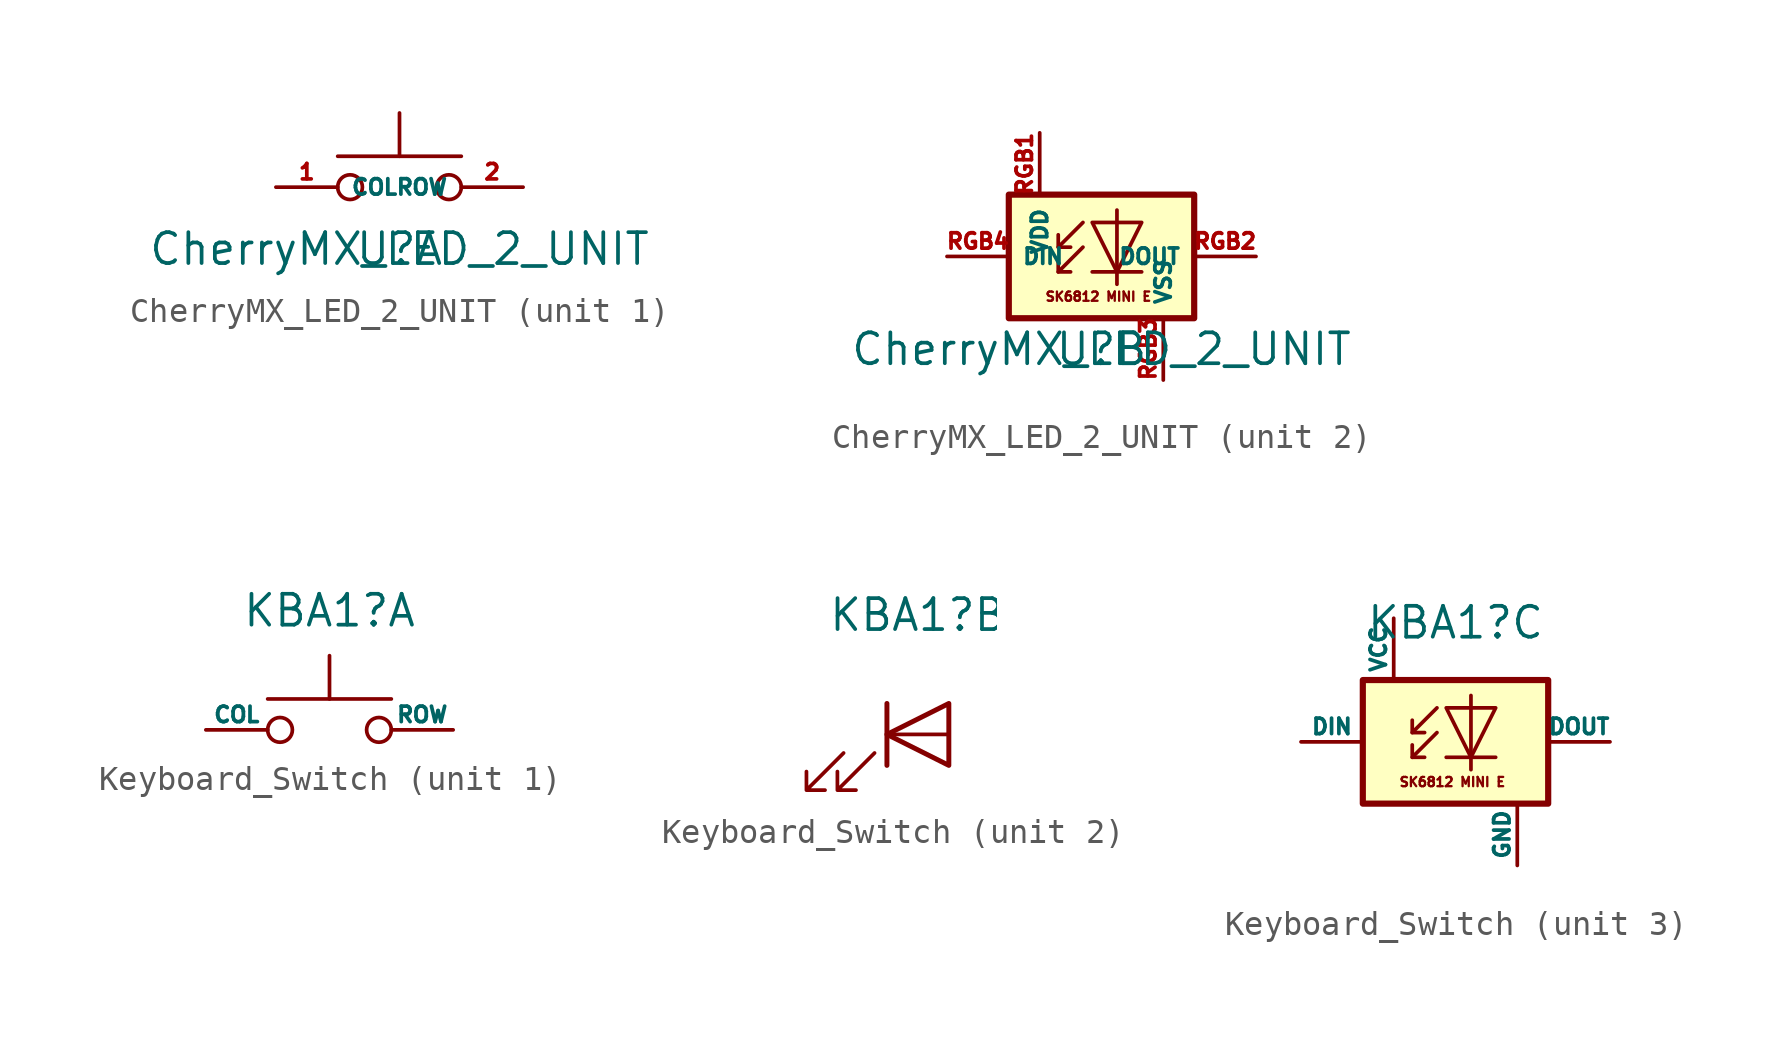
<source format=kicad_sym>
(kicad_symbol_lib
  (version 20211014)
  (generator kicad_symbol_editor)
  (symbol "CherryMX_LED_2_UNIT"
    (property "Reference" "U"
      (at 0 0 0)
      (effects (font (size 1.27 1.27))))
    (property "Value" "CherryMX_LED_2_UNIT"
      (at 0 0 0)
      (effects (font (size 1.27 1.27))))
    (symbol "CherryMX_LED_2_UNIT_1_1"
      (circle (center -2.032 2.54) (radius 0.508) (stroke (width 0) (type default) (color 0 0 0 0)) (fill (type none)))
      (polyline (pts (xy 0 3.81) (xy 0 5.588)) (stroke (width 0) (type default) (color 0 0 0 0)) (fill (type none)))
      (polyline (pts (xy 2.54 3.81) (xy -2.54 3.81)) (stroke (width 0) (type default) (color 0 0 0 0)) (fill (type none)))
      (circle (center 2.032 2.54) (radius 0.508) (stroke (width 0) (type default) (color 0 0 0 0)) (fill (type none)))
      (pin passive line (at -5.08 2.54 0) (length 2.54) (name "COL" (effects (font (size 0.635 0.635)))) (number "1" (effects (font (size 0.635 0.635)))))
      (pin passive line (at 5.08 2.54 180) (length 2.54) (name "ROW" (effects (font (size 0.635 0.635)))) (number "2" (effects (font (size 0.635 0.635))))))
    (symbol "CherryMX_LED_2_UNIT_2_1"
      (polyline (pts (xy -1.778 3.175) (xy -1.27 3.175)) (stroke (width 0) (type default) (color 0 0 0 0)) (fill (type none)))
      (polyline (pts (xy -1.778 4.191) (xy -1.27 4.191)) (stroke (width 0) (type default) (color 0 0 0 0)) (fill (type none)))
      (polyline (pts (xy 1.651 3.175) (xy -0.381 3.175)) (stroke (width 0) (type default) (color 0 0 0 0)) (fill (type none)))
      (polyline (pts (xy -0.762 4.191) (xy -1.778 3.175) (xy -1.778 3.683)) (stroke (width 0) (type default) (color 0 0 0 0)) (fill (type none)))
      (polyline (pts (xy -0.762 5.207) (xy -1.778 4.191) (xy -1.778 4.699)) (stroke (width 0) (type default) (color 0 0 0 0)) (fill (type none)))
      (polyline (pts (xy 0.635 5.715) (xy 0.635 3.175) (xy 0.635 2.667)) (stroke (width 0) (type default) (color 0 0 0 0)) (fill (type none)))
      (polyline (pts (xy 1.651 5.207) (xy -0.381 5.207) (xy 0.635 3.175) (xy 1.651 5.207)) (stroke (width 0) (type default) (color 0 0 0 0)) (fill (type none)))
      (rectangle (start 3.81 6.35) (end -3.81 1.27) (stroke (width 0.254) (type default) (color 0 0 0 0)) (fill (type background)))
      (text "SK6812 MINI E" (at -0.127 2.159 0) (effects (font (size 0.381 0.381))))
      (pin power_in line (at -2.54 8.89 270) (length 2.54) (name "VDD" (effects (font (size 0.635 0.635)))) (number "RGB1" (effects (font (size 0.635 0.635)))))
      (pin output line (at 6.35 3.81 180) (length 2.54) (name "DOUT" (effects (font (size 0.635 0.635)))) (number "RGB2" (effects (font (size 0.635 0.635)))))
      (pin power_in line (at 2.54 -1.27 90) (length 2.54) (name "VSS" (effects (font (size 0.635 0.635)))) (number "RGB3" (effects (font (size 0.635 0.635)))))
      (pin input line (at -6.35 3.81 0) (length 2.54) (name "DIN" (effects (font (size 0.635 0.635)))) (number "RGB4" (effects (font (size 0.635 0.635)))))))
  (symbol "Keyboard_Switch"
    (pin_numbers hide)
    (pin_names
      (offset 0))
    (property "Reference" "KBA1"
      (at 0 4.902 0)
      (effects (font (size 1.27 1.27))))
    (symbol "Keyboard_Switch_1_1"
      (circle (center -2.032 0) (radius 0.508) (stroke (width 0) (type default) (color 0 0 0 0)) (fill (type none)))
      (polyline (pts (xy 0 1.27) (xy 0 3.048)) (stroke (width 0) (type default) (color 0 0 0 0)) (fill (type none)))
      (polyline (pts (xy 2.54 1.27) (xy -2.54 1.27)) (stroke (width 0) (type default) (color 0 0 0 0)) (fill (type none)))
      (circle (center 2.032 0) (radius 0.508) (stroke (width 0) (type default) (color 0 0 0 0)) (fill (type none)))
      (pin passive line (at -5.08 0 0) (length 2.54) (name "COL" (effects (font (size 0.635 0.635)))) (number "1" (effects (font (size 0.635 0.635)))))
      (pin passive line (at 5.08 0 180) (length 2.54) (name "ROW" (effects (font (size 0.635 0.635)))) (number "2" (effects (font (size 0.635 0.635))))))
    (symbol "Keyboard_Switch_2_1"
      (polyline (pts (xy -1.27 -1.27) (xy -1.27 1.27)) (stroke (width 0.203) (type default) (color 0 0 0 0)) (fill (type none)))
      (polyline (pts (xy -1.27 0) (xy 1.27 0)) (stroke (width 0) (type default) (color 0 0 0 0)) (fill (type none)))
      (polyline (pts (xy 1.27 -1.27) (xy 1.27 1.27) (xy -1.27 0) (xy 1.27 -1.27)) (stroke (width 0.203) (type default) (color 0 0 0 0)) (fill (type none)))
      (polyline (pts (xy -3.048 -0.762) (xy -4.572 -2.286) (xy -3.81 -2.286) (xy -4.572 -2.286) (xy -4.572 -1.524)) (stroke (width 0) (type default) (color 0 0 0 0)) (fill (type none)))
      (polyline (pts (xy -1.778 -0.762) (xy -3.302 -2.286) (xy -2.54 -2.286) (xy -3.302 -2.286) (xy -3.302 -1.524)) (stroke (width 0) (type default) (color 0 0 0 0)) (fill (type none))))
    (symbol "Keyboard_Switch_3_1"
      (polyline (pts (xy -1.778 -0.635) (xy -1.27 -0.635)) (stroke (width 0) (type default) (color 0 0 0 0)) (fill (type none)))
      (polyline (pts (xy -1.778 0.381) (xy -1.27 0.381)) (stroke (width 0) (type default) (color 0 0 0 0)) (fill (type none)))
      (polyline (pts (xy 1.651 -0.635) (xy -0.381 -0.635)) (stroke (width 0) (type default) (color 0 0 0 0)) (fill (type none)))
      (polyline (pts (xy -0.762 0.381) (xy -1.778 -0.635) (xy -1.778 -0.127)) (stroke (width 0) (type default) (color 0 0 0 0)) (fill (type none)))
      (polyline (pts (xy -0.762 1.397) (xy -1.778 0.381) (xy -1.778 0.889)) (stroke (width 0) (type default) (color 0 0 0 0)) (fill (type none)))
      (polyline (pts (xy 0.635 1.905) (xy 0.635 -0.635) (xy 0.635 -1.143)) (stroke (width 0) (type default) (color 0 0 0 0)) (fill (type none)))
      (polyline (pts (xy 1.651 1.397) (xy -0.381 1.397) (xy 0.635 -0.635) (xy 1.651 1.397)) (stroke (width 0) (type default) (color 0 0 0 0)) (fill (type none)))
      (rectangle (start 3.81 2.54) (end -3.81 -2.54) (stroke (width 0.254) (type default) (color 0 0 0 0)) (fill (type background)))
      (text "SK6812 MINI E" (at -0.127 -1.651 0) (effects (font (size 0.381 0.381))))
      (pin power_in line (at 2.54 -5.08 90) (length 2.54) (name "GND" (effects (font (size 0.635 0.635)))) (number "3" (effects (font (size 0.635 0.635)))))
      (pin input line (at -6.35 0 0) (length 2.54) (name "DIN" (effects (font (size 0.635 0.635)))) (number "4" (effects (font (size 0.635 0.635)))))
      (pin output line (at 6.35 0 180) (length 2.54) (name "DOUT" (effects (font (size 0.635 0.635)))) (number "5" (effects (font (size 0.635 0.635)))))
      (pin power_in line (at -2.54 5.08 270) (length 2.54) (name "VCC" (effects (font (size 0.635 0.635)))) (number "6" (effects (font (size 0.635 0.635))))))))
</source>
